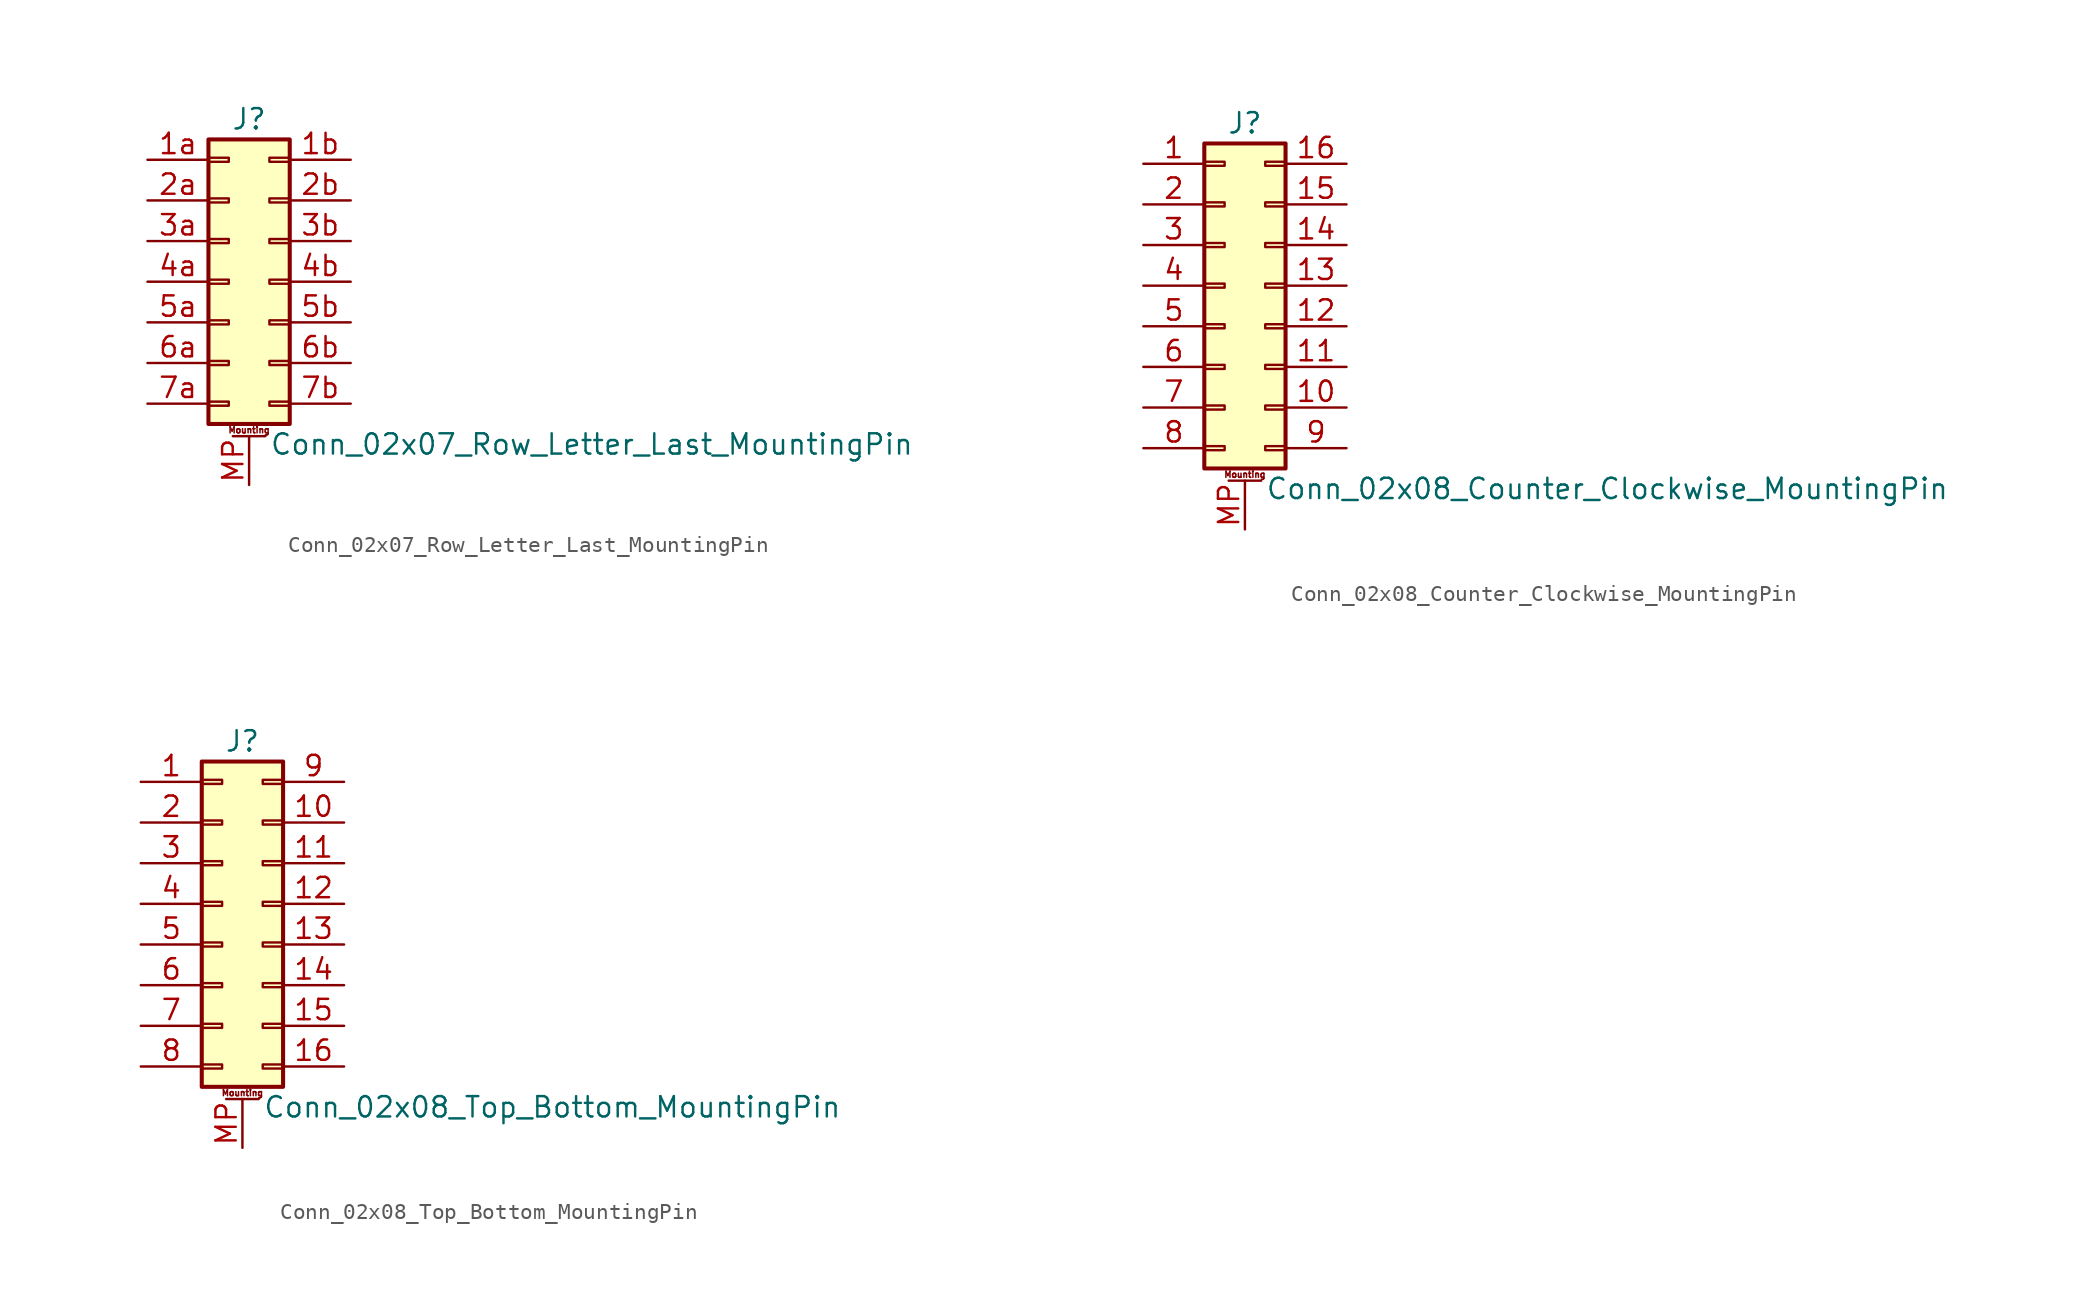
<source format=kicad_sym>
(kicad_symbol_lib
  (version 20211014)
  (generator kicad_symbol_editor)
  (symbol "Conn_02x07_Row_Letter_Last_MountingPin"
    (pin_names
      (offset 1.016) hide)
    (property "Reference" "J"
      (at 1.27 10.16 0)
      (effects (font (size 1.27 1.27))))
    (property "Value" "Conn_02x07_Row_Letter_Last_MountingPin"
      (at 2.54 -10.16 0)
      (effects (font (size 1.27 1.27)) (justify left)))
    (symbol "Conn_02x07_Row_Letter_Last_MountingPin_1_1"
      (rectangle (start -1.27 -7.493) (end 0 -7.747) (stroke (width 0.152) (type default) (color 0 0 0 0)) (fill (type none)))
      (rectangle (start -1.27 -4.953) (end 0 -5.207) (stroke (width 0.152) (type default) (color 0 0 0 0)) (fill (type none)))
      (rectangle (start -1.27 -2.413) (end 0 -2.667) (stroke (width 0.152) (type default) (color 0 0 0 0)) (fill (type none)))
      (rectangle (start -1.27 0.127) (end 0 -0.127) (stroke (width 0.152) (type default) (color 0 0 0 0)) (fill (type none)))
      (rectangle (start -1.27 2.667) (end 0 2.413) (stroke (width 0.152) (type default) (color 0 0 0 0)) (fill (type none)))
      (rectangle (start -1.27 5.207) (end 0 4.953) (stroke (width 0.152) (type default) (color 0 0 0 0)) (fill (type none)))
      (rectangle (start -1.27 7.747) (end 0 7.493) (stroke (width 0.152) (type default) (color 0 0 0 0)) (fill (type none)))
      (rectangle (start -1.27 8.89) (end 3.81 -8.89) (stroke (width 0.254) (type default) (color 0 0 0 0)) (fill (type background)))
      (polyline (pts (xy 0.254 -9.652) (xy 2.286 -9.652)) (stroke (width 0.152) (type default) (color 0 0 0 0)) (fill (type none)))
      (rectangle (start 3.81 -7.493) (end 2.54 -7.747) (stroke (width 0.152) (type default) (color 0 0 0 0)) (fill (type none)))
      (rectangle (start 3.81 -4.953) (end 2.54 -5.207) (stroke (width 0.152) (type default) (color 0 0 0 0)) (fill (type none)))
      (rectangle (start 3.81 -2.413) (end 2.54 -2.667) (stroke (width 0.152) (type default) (color 0 0 0 0)) (fill (type none)))
      (rectangle (start 3.81 0.127) (end 2.54 -0.127) (stroke (width 0.152) (type default) (color 0 0 0 0)) (fill (type none)))
      (rectangle (start 3.81 2.667) (end 2.54 2.413) (stroke (width 0.152) (type default) (color 0 0 0 0)) (fill (type none)))
      (rectangle (start 3.81 5.207) (end 2.54 4.953) (stroke (width 0.152) (type default) (color 0 0 0 0)) (fill (type none)))
      (rectangle (start 3.81 7.747) (end 2.54 7.493) (stroke (width 0.152) (type default) (color 0 0 0 0)) (fill (type none)))
      (text "Mounting" (at 1.27 -9.271 0) (effects (font (size 0.381 0.381))))
      (pin passive line (at -5.08 7.62 0) (length 3.81) (name "Pin_1a" (effects (font (size 1.27 1.27)))) (number "1a" (effects (font (size 1.27 1.27)))))
      (pin passive line (at 7.62 7.62 180) (length 3.81) (name "Pin_1b" (effects (font (size 1.27 1.27)))) (number "1b" (effects (font (size 1.27 1.27)))))
      (pin passive line (at -5.08 5.08 0) (length 3.81) (name "Pin_2a" (effects (font (size 1.27 1.27)))) (number "2a" (effects (font (size 1.27 1.27)))))
      (pin passive line (at 7.62 5.08 180) (length 3.81) (name "Pin_2b" (effects (font (size 1.27 1.27)))) (number "2b" (effects (font (size 1.27 1.27)))))
      (pin passive line (at -5.08 2.54 0) (length 3.81) (name "Pin_3a" (effects (font (size 1.27 1.27)))) (number "3a" (effects (font (size 1.27 1.27)))))
      (pin passive line (at 7.62 2.54 180) (length 3.81) (name "Pin_3b" (effects (font (size 1.27 1.27)))) (number "3b" (effects (font (size 1.27 1.27)))))
      (pin passive line (at -5.08 0 0) (length 3.81) (name "Pin_4a" (effects (font (size 1.27 1.27)))) (number "4a" (effects (font (size 1.27 1.27)))))
      (pin passive line (at 7.62 0 180) (length 3.81) (name "Pin_4b" (effects (font (size 1.27 1.27)))) (number "4b" (effects (font (size 1.27 1.27)))))
      (pin passive line (at -5.08 -2.54 0) (length 3.81) (name "Pin_5a" (effects (font (size 1.27 1.27)))) (number "5a" (effects (font (size 1.27 1.27)))))
      (pin passive line (at 7.62 -2.54 180) (length 3.81) (name "Pin_5b" (effects (font (size 1.27 1.27)))) (number "5b" (effects (font (size 1.27 1.27)))))
      (pin passive line (at -5.08 -5.08 0) (length 3.81) (name "Pin_6a" (effects (font (size 1.27 1.27)))) (number "6a" (effects (font (size 1.27 1.27)))))
      (pin passive line (at 7.62 -5.08 180) (length 3.81) (name "Pin_6b" (effects (font (size 1.27 1.27)))) (number "6b" (effects (font (size 1.27 1.27)))))
      (pin passive line (at -5.08 -7.62 0) (length 3.81) (name "Pin_7a" (effects (font (size 1.27 1.27)))) (number "7a" (effects (font (size 1.27 1.27)))))
      (pin passive line (at 7.62 -7.62 180) (length 3.81) (name "Pin_7b" (effects (font (size 1.27 1.27)))) (number "7b" (effects (font (size 1.27 1.27)))))
      (pin passive line (at 1.27 -12.7 90) (length 3.048) (name "MountPin" (effects (font (size 1.27 1.27)))) (number "MP" (effects (font (size 1.27 1.27)))))))
  (symbol "Conn_02x08_Counter_Clockwise_MountingPin"
    (pin_names
      (offset 1.016) hide)
    (property "Reference" "J"
      (at 1.27 10.16 0)
      (effects (font (size 1.27 1.27))))
    (property "Value" "Conn_02x08_Counter_Clockwise_MountingPin"
      (at 2.54 -12.7 0)
      (effects (font (size 1.27 1.27)) (justify left)))
    (symbol "Conn_02x08_Counter_Clockwise_MountingPin_1_1"
      (rectangle (start -1.27 -10.033) (end 0 -10.287) (stroke (width 0.152) (type default) (color 0 0 0 0)) (fill (type none)))
      (rectangle (start -1.27 -7.493) (end 0 -7.747) (stroke (width 0.152) (type default) (color 0 0 0 0)) (fill (type none)))
      (rectangle (start -1.27 -4.953) (end 0 -5.207) (stroke (width 0.152) (type default) (color 0 0 0 0)) (fill (type none)))
      (rectangle (start -1.27 -2.413) (end 0 -2.667) (stroke (width 0.152) (type default) (color 0 0 0 0)) (fill (type none)))
      (rectangle (start -1.27 0.127) (end 0 -0.127) (stroke (width 0.152) (type default) (color 0 0 0 0)) (fill (type none)))
      (rectangle (start -1.27 2.667) (end 0 2.413) (stroke (width 0.152) (type default) (color 0 0 0 0)) (fill (type none)))
      (rectangle (start -1.27 5.207) (end 0 4.953) (stroke (width 0.152) (type default) (color 0 0 0 0)) (fill (type none)))
      (rectangle (start -1.27 7.747) (end 0 7.493) (stroke (width 0.152) (type default) (color 0 0 0 0)) (fill (type none)))
      (rectangle (start -1.27 8.89) (end 3.81 -11.43) (stroke (width 0.254) (type default) (color 0 0 0 0)) (fill (type background)))
      (polyline (pts (xy 0.254 -12.192) (xy 2.286 -12.192)) (stroke (width 0.152) (type default) (color 0 0 0 0)) (fill (type none)))
      (rectangle (start 3.81 -10.033) (end 2.54 -10.287) (stroke (width 0.152) (type default) (color 0 0 0 0)) (fill (type none)))
      (rectangle (start 3.81 -7.493) (end 2.54 -7.747) (stroke (width 0.152) (type default) (color 0 0 0 0)) (fill (type none)))
      (rectangle (start 3.81 -4.953) (end 2.54 -5.207) (stroke (width 0.152) (type default) (color 0 0 0 0)) (fill (type none)))
      (rectangle (start 3.81 -2.413) (end 2.54 -2.667) (stroke (width 0.152) (type default) (color 0 0 0 0)) (fill (type none)))
      (rectangle (start 3.81 0.127) (end 2.54 -0.127) (stroke (width 0.152) (type default) (color 0 0 0 0)) (fill (type none)))
      (rectangle (start 3.81 2.667) (end 2.54 2.413) (stroke (width 0.152) (type default) (color 0 0 0 0)) (fill (type none)))
      (rectangle (start 3.81 5.207) (end 2.54 4.953) (stroke (width 0.152) (type default) (color 0 0 0 0)) (fill (type none)))
      (rectangle (start 3.81 7.747) (end 2.54 7.493) (stroke (width 0.152) (type default) (color 0 0 0 0)) (fill (type none)))
      (text "Mounting" (at 1.27 -11.811 0) (effects (font (size 0.381 0.381))))
      (pin passive line (at -5.08 7.62 0) (length 3.81) (name "Pin_1" (effects (font (size 1.27 1.27)))) (number "1" (effects (font (size 1.27 1.27)))))
      (pin passive line (at 7.62 -7.62 180) (length 3.81) (name "Pin_10" (effects (font (size 1.27 1.27)))) (number "10" (effects (font (size 1.27 1.27)))))
      (pin passive line (at 7.62 -5.08 180) (length 3.81) (name "Pin_11" (effects (font (size 1.27 1.27)))) (number "11" (effects (font (size 1.27 1.27)))))
      (pin passive line (at 7.62 -2.54 180) (length 3.81) (name "Pin_12" (effects (font (size 1.27 1.27)))) (number "12" (effects (font (size 1.27 1.27)))))
      (pin passive line (at 7.62 0 180) (length 3.81) (name "Pin_13" (effects (font (size 1.27 1.27)))) (number "13" (effects (font (size 1.27 1.27)))))
      (pin passive line (at 7.62 2.54 180) (length 3.81) (name "Pin_14" (effects (font (size 1.27 1.27)))) (number "14" (effects (font (size 1.27 1.27)))))
      (pin passive line (at 7.62 5.08 180) (length 3.81) (name "Pin_15" (effects (font (size 1.27 1.27)))) (number "15" (effects (font (size 1.27 1.27)))))
      (pin passive line (at 7.62 7.62 180) (length 3.81) (name "Pin_16" (effects (font (size 1.27 1.27)))) (number "16" (effects (font (size 1.27 1.27)))))
      (pin passive line (at -5.08 5.08 0) (length 3.81) (name "Pin_2" (effects (font (size 1.27 1.27)))) (number "2" (effects (font (size 1.27 1.27)))))
      (pin passive line (at -5.08 2.54 0) (length 3.81) (name "Pin_3" (effects (font (size 1.27 1.27)))) (number "3" (effects (font (size 1.27 1.27)))))
      (pin passive line (at -5.08 0 0) (length 3.81) (name "Pin_4" (effects (font (size 1.27 1.27)))) (number "4" (effects (font (size 1.27 1.27)))))
      (pin passive line (at -5.08 -2.54 0) (length 3.81) (name "Pin_5" (effects (font (size 1.27 1.27)))) (number "5" (effects (font (size 1.27 1.27)))))
      (pin passive line (at -5.08 -5.08 0) (length 3.81) (name "Pin_6" (effects (font (size 1.27 1.27)))) (number "6" (effects (font (size 1.27 1.27)))))
      (pin passive line (at -5.08 -7.62 0) (length 3.81) (name "Pin_7" (effects (font (size 1.27 1.27)))) (number "7" (effects (font (size 1.27 1.27)))))
      (pin passive line (at -5.08 -10.16 0) (length 3.81) (name "Pin_8" (effects (font (size 1.27 1.27)))) (number "8" (effects (font (size 1.27 1.27)))))
      (pin passive line (at 7.62 -10.16 180) (length 3.81) (name "Pin_9" (effects (font (size 1.27 1.27)))) (number "9" (effects (font (size 1.27 1.27)))))
      (pin passive line (at 1.27 -15.24 90) (length 3.048) (name "MountPin" (effects (font (size 1.27 1.27)))) (number "MP" (effects (font (size 1.27 1.27)))))))
  (symbol "Conn_02x08_Top_Bottom_MountingPin"
    (pin_names
      (offset 1.016) hide)
    (property "Reference" "J"
      (at 1.27 10.16 0)
      (effects (font (size 1.27 1.27))))
    (property "Value" "Conn_02x08_Top_Bottom_MountingPin"
      (at 2.54 -12.7 0)
      (effects (font (size 1.27 1.27)) (justify left)))
    (symbol "Conn_02x08_Top_Bottom_MountingPin_1_1"
      (rectangle (start -1.27 -10.033) (end 0 -10.287) (stroke (width 0.152) (type default) (color 0 0 0 0)) (fill (type none)))
      (rectangle (start -1.27 -7.493) (end 0 -7.747) (stroke (width 0.152) (type default) (color 0 0 0 0)) (fill (type none)))
      (rectangle (start -1.27 -4.953) (end 0 -5.207) (stroke (width 0.152) (type default) (color 0 0 0 0)) (fill (type none)))
      (rectangle (start -1.27 -2.413) (end 0 -2.667) (stroke (width 0.152) (type default) (color 0 0 0 0)) (fill (type none)))
      (rectangle (start -1.27 0.127) (end 0 -0.127) (stroke (width 0.152) (type default) (color 0 0 0 0)) (fill (type none)))
      (rectangle (start -1.27 2.667) (end 0 2.413) (stroke (width 0.152) (type default) (color 0 0 0 0)) (fill (type none)))
      (rectangle (start -1.27 5.207) (end 0 4.953) (stroke (width 0.152) (type default) (color 0 0 0 0)) (fill (type none)))
      (rectangle (start -1.27 7.747) (end 0 7.493) (stroke (width 0.152) (type default) (color 0 0 0 0)) (fill (type none)))
      (rectangle (start -1.27 8.89) (end 3.81 -11.43) (stroke (width 0.254) (type default) (color 0 0 0 0)) (fill (type background)))
      (polyline (pts (xy 0.254 -12.192) (xy 2.286 -12.192)) (stroke (width 0.152) (type default) (color 0 0 0 0)) (fill (type none)))
      (rectangle (start 3.81 -10.033) (end 2.54 -10.287) (stroke (width 0.152) (type default) (color 0 0 0 0)) (fill (type none)))
      (rectangle (start 3.81 -7.493) (end 2.54 -7.747) (stroke (width 0.152) (type default) (color 0 0 0 0)) (fill (type none)))
      (rectangle (start 3.81 -4.953) (end 2.54 -5.207) (stroke (width 0.152) (type default) (color 0 0 0 0)) (fill (type none)))
      (rectangle (start 3.81 -2.413) (end 2.54 -2.667) (stroke (width 0.152) (type default) (color 0 0 0 0)) (fill (type none)))
      (rectangle (start 3.81 0.127) (end 2.54 -0.127) (stroke (width 0.152) (type default) (color 0 0 0 0)) (fill (type none)))
      (rectangle (start 3.81 2.667) (end 2.54 2.413) (stroke (width 0.152) (type default) (color 0 0 0 0)) (fill (type none)))
      (rectangle (start 3.81 5.207) (end 2.54 4.953) (stroke (width 0.152) (type default) (color 0 0 0 0)) (fill (type none)))
      (rectangle (start 3.81 7.747) (end 2.54 7.493) (stroke (width 0.152) (type default) (color 0 0 0 0)) (fill (type none)))
      (text "Mounting" (at 1.27 -11.811 0) (effects (font (size 0.381 0.381))))
      (pin passive line (at -5.08 7.62 0) (length 3.81) (name "Pin_1" (effects (font (size 1.27 1.27)))) (number "1" (effects (font (size 1.27 1.27)))))
      (pin passive line (at 7.62 5.08 180) (length 3.81) (name "Pin_10" (effects (font (size 1.27 1.27)))) (number "10" (effects (font (size 1.27 1.27)))))
      (pin passive line (at 7.62 2.54 180) (length 3.81) (name "Pin_11" (effects (font (size 1.27 1.27)))) (number "11" (effects (font (size 1.27 1.27)))))
      (pin passive line (at 7.62 0 180) (length 3.81) (name "Pin_12" (effects (font (size 1.27 1.27)))) (number "12" (effects (font (size 1.27 1.27)))))
      (pin passive line (at 7.62 -2.54 180) (length 3.81) (name "Pin_13" (effects (font (size 1.27 1.27)))) (number "13" (effects (font (size 1.27 1.27)))))
      (pin passive line (at 7.62 -5.08 180) (length 3.81) (name "Pin_14" (effects (font (size 1.27 1.27)))) (number "14" (effects (font (size 1.27 1.27)))))
      (pin passive line (at 7.62 -7.62 180) (length 3.81) (name "Pin_15" (effects (font (size 1.27 1.27)))) (number "15" (effects (font (size 1.27 1.27)))))
      (pin passive line (at 7.62 -10.16 180) (length 3.81) (name "Pin_16" (effects (font (size 1.27 1.27)))) (number "16" (effects (font (size 1.27 1.27)))))
      (pin passive line (at -5.08 5.08 0) (length 3.81) (name "Pin_2" (effects (font (size 1.27 1.27)))) (number "2" (effects (font (size 1.27 1.27)))))
      (pin passive line (at -5.08 2.54 0) (length 3.81) (name "Pin_3" (effects (font (size 1.27 1.27)))) (number "3" (effects (font (size 1.27 1.27)))))
      (pin passive line (at -5.08 0 0) (length 3.81) (name "Pin_4" (effects (font (size 1.27 1.27)))) (number "4" (effects (font (size 1.27 1.27)))))
      (pin passive line (at -5.08 -2.54 0) (length 3.81) (name "Pin_5" (effects (font (size 1.27 1.27)))) (number "5" (effects (font (size 1.27 1.27)))))
      (pin passive line (at -5.08 -5.08 0) (length 3.81) (name "Pin_6" (effects (font (size 1.27 1.27)))) (number "6" (effects (font (size 1.27 1.27)))))
      (pin passive line (at -5.08 -7.62 0) (length 3.81) (name "Pin_7" (effects (font (size 1.27 1.27)))) (number "7" (effects (font (size 1.27 1.27)))))
      (pin passive line (at -5.08 -10.16 0) (length 3.81) (name "Pin_8" (effects (font (size 1.27 1.27)))) (number "8" (effects (font (size 1.27 1.27)))))
      (pin passive line (at 7.62 7.62 180) (length 3.81) (name "Pin_9" (effects (font (size 1.27 1.27)))) (number "9" (effects (font (size 1.27 1.27)))))
      (pin passive line (at 1.27 -15.24 90) (length 3.048) (name "MountPin" (effects (font (size 1.27 1.27)))) (number "MP" (effects (font (size 1.27 1.27))))))))
</source>
